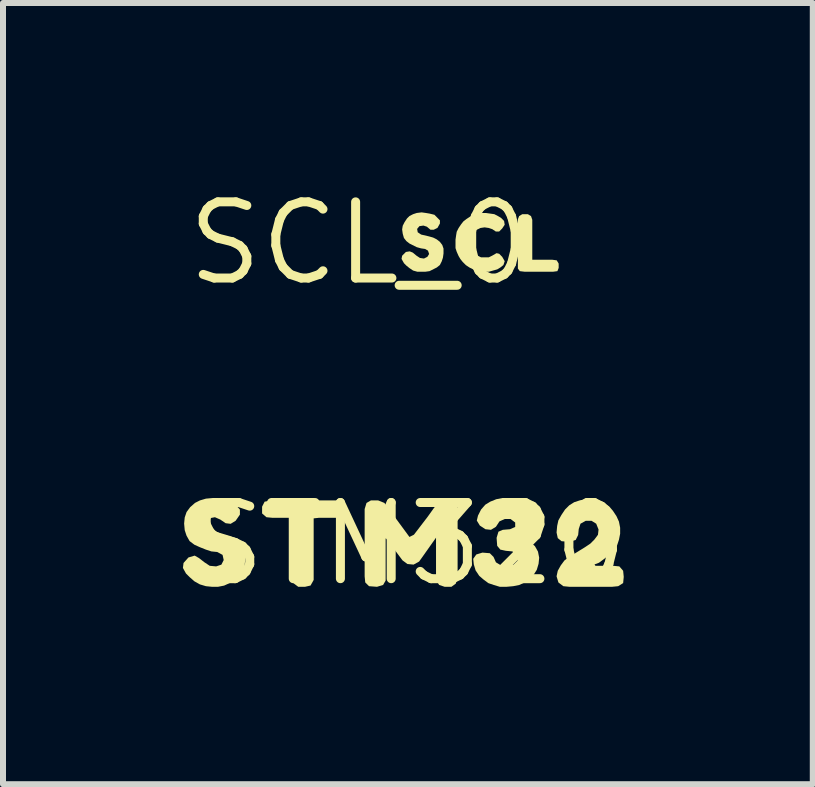
<source format=kicad_pcb>
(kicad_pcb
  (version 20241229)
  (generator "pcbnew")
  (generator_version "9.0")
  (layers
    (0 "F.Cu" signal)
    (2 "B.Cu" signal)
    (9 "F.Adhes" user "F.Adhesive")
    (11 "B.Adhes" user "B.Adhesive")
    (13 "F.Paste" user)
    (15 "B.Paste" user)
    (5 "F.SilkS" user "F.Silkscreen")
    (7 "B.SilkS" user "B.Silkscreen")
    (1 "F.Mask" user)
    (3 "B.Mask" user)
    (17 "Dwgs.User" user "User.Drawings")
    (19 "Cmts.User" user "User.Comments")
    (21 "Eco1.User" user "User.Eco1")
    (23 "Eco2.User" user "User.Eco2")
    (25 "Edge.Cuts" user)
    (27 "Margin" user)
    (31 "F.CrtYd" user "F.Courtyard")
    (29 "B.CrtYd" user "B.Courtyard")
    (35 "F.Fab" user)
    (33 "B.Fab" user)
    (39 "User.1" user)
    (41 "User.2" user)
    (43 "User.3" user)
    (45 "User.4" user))
  (footprint "SCL_0"
    (layer "F.Cu")
    (at 2.94 1.006)
    (property "Reference" "SCL_0" (at 0 0 0) (layer "F.SilkS") (effects (font (size 1.27 1.27) (thickness 0.15))))
    (fp_poly (pts (xy 2.864 -0.453) (xy 2.885 -0.391) (xy 2.885 0.275) (xy 3.22 0.275) (xy 3.293 0.285) (xy 3.325 0.339) (xy 3.325 0.411) (xy 3.304 0.465) (xy 3.23 0.475) (xy 2.76 0.475) (xy 2.677 0.465) (xy 2.645 0.422) (xy 2.645 -0.401) (xy 2.666 -0.453) (xy 2.719 -0.485) (xy 2.811 -0.485)) (stroke (width 0) (type default)) (fill yes) (layer "F.SilkS"))
    (fp_poly (pts (xy 2.181 -0.495) (xy 2.252 -0.485) (xy 2.312 -0.454) (xy 2.363 -0.424) (xy 2.415 -0.372) (xy 2.425 -0.309) (xy 2.384 -0.247) (xy 2.332 -0.195) (xy 2.278 -0.195) (xy 2.218 -0.235) (xy 2.159 -0.255) (xy 2.09 -0.265) (xy 2.022 -0.255) (xy 1.962 -0.226) (xy 1.903 -0.196) (xy 1.865 -0.138) (xy 1.845 -0.079) (xy 1.845 0.059) (xy 1.874 0.117) (xy 1.913 0.166) (xy 1.973 0.206) (xy 2.031 0.235) (xy 2.159 0.235) (xy 2.218 0.206) (xy 2.289 0.165) (xy 2.333 0.175) (xy 2.384 0.227) (xy 2.425 0.299) (xy 2.404 0.363) (xy 2.353 0.404) (xy 2.302 0.435) (xy 2.231 0.455) (xy 2.161 0.475) (xy 2.029 0.475) (xy 1.959 0.455) (xy 1.898 0.435) (xy 1.837 0.404) (xy 1.777 0.364) (xy 1.726 0.313) (xy 1.686 0.263) (xy 1.656 0.212) (xy 1.625 0.142) (xy 1.605 0.081) (xy 1.605 -0.06) (xy 1.615 -0.131) (xy 1.625 -0.192) (xy 1.656 -0.253) (xy 1.696 -0.313) (xy 1.736 -0.364) (xy 1.787 -0.404) (xy 1.848 -0.444) (xy 1.918 -0.475) (xy 1.979 -0.495) (xy 2.05 -0.505) (xy 2.11 -0.505)) (stroke (width 0) (type default)) (fill yes) (layer "F.SilkS"))
    (fp_poly (pts (xy 1.111 -0.505) (xy 1.171 -0.495) (xy 1.253 -0.475) (xy 1.294 -0.434) (xy 1.345 -0.382) (xy 1.345 -0.329) (xy 1.304 -0.256) (xy 1.241 -0.225) (xy 1.188 -0.225) (xy 1.128 -0.276) (xy 1.07 -0.295) (xy 1.003 -0.285) (xy 0.965 -0.239) (xy 0.975 -0.183) (xy 1.032 -0.145) (xy 1.161 -0.115) (xy 1.232 -0.095) (xy 1.293 -0.064) (xy 1.344 -0.024) (xy 1.384 0.028) (xy 1.405 0.089) (xy 1.405 0.17) (xy 1.395 0.241) (xy 1.375 0.302) (xy 1.344 0.363) (xy 1.293 0.404) (xy 1.172 0.465) (xy 1.1 0.475) (xy 0.969 0.475) (xy 0.898 0.455) (xy 0.837 0.414) (xy 0.787 0.374) (xy 0.746 0.333) (xy 0.705 0.261) (xy 0.715 0.208) (xy 0.778 0.145) (xy 0.841 0.135) (xy 0.893 0.156) (xy 0.953 0.206) (xy 1.012 0.245) (xy 1.079 0.255) (xy 1.136 0.226) (xy 1.165 0.179) (xy 1.146 0.123) (xy 1.098 0.095) (xy 1.029 0.085) (xy 0.958 0.065) (xy 0.837 0.004) (xy 0.786 -0.036) (xy 0.745 -0.088) (xy 0.725 -0.159) (xy 0.715 -0.23) (xy 0.725 -0.292) (xy 0.756 -0.353) (xy 0.796 -0.413) (xy 0.837 -0.454) (xy 0.898 -0.485) (xy 0.959 -0.505) (xy 1.04 -0.515)) (stroke (width 0) (type default)) (fill yes) (layer "F.SilkS")))
  (footprint "STM320"
    (layer "F.Cu")
    (at 3.775 6.019)
    (property "Reference" "STM320" (at 0 0 0) (layer "F.SilkS") (effects (font (size 1.27 1.27) (thickness 0.15))))
    (fp_poly (pts (xy -1.095 -0.673) (xy -1.085 -0.57) (xy -1.106 -0.466) (xy -1.189 -0.435) (xy -1.51 -0.435) (xy -1.595 -0.426) (xy -1.595 0.601) (xy -1.647 0.694) (xy -1.739 0.715) (xy -1.852 0.715) (xy -1.935 0.653) (xy -1.945 0.55) (xy -1.945 -0.369) (xy -1.973 -0.435) (xy -2.28 -0.435) (xy -2.382 -0.445) (xy -2.455 -0.508) (xy -2.455 -0.621) (xy -2.413 -0.704) (xy -2.31 -0.725) (xy -1.179 -0.725)) (stroke (width 0) (type default)) (fill yes) (layer "F.SilkS"))
    (fp_poly (pts (xy 0.712 -0.715) (xy 0.784 -0.663) (xy 0.805 -0.571) (xy 0.805 0.561) (xy 0.774 0.663) (xy 0.702 0.715) (xy 0.589 0.715) (xy 0.497 0.684) (xy 0.445 0.601) (xy 0.445 -0.104) (xy 0.214 0.223) (xy 0.163 0.294) (xy 0.071 0.345) (xy -0.032 0.335) (xy -0.114 0.274) (xy -0.383 -0.086) (xy -0.395 -0.092) (xy -0.395 0.611) (xy -0.437 0.684) (xy -0.539 0.715) (xy -0.672 0.705) (xy -0.735 0.642) (xy -0.745 0.54) (xy -0.745 -0.581) (xy -0.714 -0.683) (xy -0.641 -0.725) (xy -0.519 -0.725) (xy -0.417 -0.684) (xy -0.356 -0.603) (xy 0.002 -0.116) (xy 0.077 -0.154) (xy 0.306 -0.453) (xy 0.406 -0.593) (xy 0.487 -0.694) (xy 0.589 -0.725)) (stroke (width 0) (type default)) (fill yes) (layer "F.SilkS"))
    (fp_poly (pts (xy 3.162 -0.725) (xy 3.253 -0.684) (xy 3.333 -0.624) (xy 3.394 -0.553) (xy 3.454 -0.462) (xy 3.495 -0.372) (xy 3.515 -0.27) (xy 3.515 -0.17) (xy 3.495 -0.069) (xy 3.465 0.022) (xy 3.404 0.113) (xy 3.333 0.184) (xy 3.243 0.254) (xy 3.162 0.314) (xy 3.088 0.342) (xy 3.103 0.365) (xy 3.4 0.365) (xy 3.502 0.375) (xy 3.565 0.448) (xy 3.575 0.55) (xy 3.565 0.653) (xy 3.482 0.705) (xy 3.38 0.715) (xy 2.67 0.715) (xy 2.568 0.705) (xy 2.486 0.643) (xy 2.455 0.54) (xy 2.475 0.448) (xy 2.526 0.357) (xy 2.586 0.276) (xy 2.667 0.216) (xy 2.927 0.056) (xy 3.017 -0.004) (xy 3.086 -0.073) (xy 3.145 -0.152) (xy 3.155 -0.239) (xy 3.116 -0.337) (xy 3.039 -0.385) (xy 2.941 -0.385) (xy 2.854 -0.337) (xy 2.825 -0.249) (xy 2.815 -0.149) (xy 2.774 -0.066) (xy 2.671 -0.035) (xy 2.538 -0.045) (xy 2.475 -0.097) (xy 2.455 -0.19) (xy 2.465 -0.301) (xy 2.485 -0.392) (xy 2.536 -0.483) (xy 2.596 -0.573) (xy 2.667 -0.644) (xy 2.748 -0.695) (xy 2.839 -0.725) (xy 2.95 -0.745) (xy 3.06 -0.745)) (stroke (width 0) (type default)) (fill yes) (layer "F.SilkS"))
    (fp_poly (pts (xy -3.079 -0.745) (xy -2.968 -0.704) (xy -2.897 -0.654) (xy -2.825 -0.572) (xy -2.825 -0.488) (xy -2.896 -0.386) (xy -2.979 -0.335) (xy -3.062 -0.345) (xy -3.152 -0.406) (xy -3.241 -0.445) (xy -3.347 -0.425) (xy -3.404 -0.359) (xy -3.376 -0.264) (xy -3.298 -0.225) (xy -3.099 -0.165) (xy -2.998 -0.135) (xy -2.908 -0.104) (xy -2.826 -0.043) (xy -2.775 0.048) (xy -2.745 0.139) (xy -2.735 0.25) (xy -2.745 0.351) (xy -2.775 0.452) (xy -2.836 0.533) (xy -2.907 0.604) (xy -2.998 0.654) (xy -3.088 0.695) (xy -3.19 0.715) (xy -3.29 0.715) (xy -3.391 0.705) (xy -3.492 0.675) (xy -3.583 0.624) (xy -3.663 0.554) (xy -3.724 0.493) (xy -3.775 0.401) (xy -3.765 0.318) (xy -3.683 0.226) (xy -3.579 0.195) (xy -3.507 0.236) (xy -3.417 0.306) (xy -3.328 0.365) (xy -3.221 0.375) (xy -3.134 0.346) (xy -3.095 0.269) (xy -3.114 0.183) (xy -3.202 0.135) (xy -3.301 0.125) (xy -3.392 0.095) (xy -3.492 0.055) (xy -3.583 0.014) (xy -3.664 -0.047) (xy -3.715 -0.138) (xy -3.745 -0.229) (xy -3.755 -0.34) (xy -3.745 -0.441) (xy -3.714 -0.532) (xy -3.654 -0.613) (xy -3.573 -0.684) (xy -3.492 -0.725) (xy -3.391 -0.755) (xy -3.28 -0.765) (xy -3.18 -0.765)) (stroke (width 0) (type default)) (fill yes) (layer "F.SilkS"))
    (fp_poly (pts (xy 2.004 -0.623) (xy 2.064 -0.543) (xy 2.115 -0.452) (xy 2.135 -0.35) (xy 2.125 -0.249) (xy 2.084 -0.157) (xy 2.015 -0.088) (xy 2.015 -0.032) (xy 2.094 0.037) (xy 2.145 0.128) (xy 2.165 0.23) (xy 2.155 0.331) (xy 2.125 0.432) (xy 2.074 0.513) (xy 2.003 0.584) (xy 1.923 0.644) (xy 1.832 0.685) (xy 1.731 0.705) (xy 1.62 0.715) (xy 1.509 0.715) (xy 1.408 0.685) (xy 1.318 0.654) (xy 1.237 0.594) (xy 1.166 0.533) (xy 1.105 0.442) (xy 1.075 0.341) (xy 1.065 0.249) (xy 1.117 0.176) (xy 1.219 0.145) (xy 1.342 0.155) (xy 1.404 0.217) (xy 1.444 0.307) (xy 1.541 0.365) (xy 1.64 0.365) (xy 1.738 0.345) (xy 1.805 0.278) (xy 1.795 0.192) (xy 1.718 0.125) (xy 1.609 0.115) (xy 1.517 0.095) (xy 1.465 0.032) (xy 1.455 -0.101) (xy 1.486 -0.204) (xy 1.559 -0.235) (xy 1.679 -0.245) (xy 1.765 -0.283) (xy 1.765 -0.357) (xy 1.688 -0.415) (xy 1.591 -0.415) (xy 1.503 -0.376) (xy 1.444 -0.286) (xy 1.361 -0.235) (xy 1.268 -0.245) (xy 1.176 -0.306) (xy 1.125 -0.389) (xy 1.145 -0.472) (xy 1.196 -0.573) (xy 1.267 -0.654) (xy 1.348 -0.704) (xy 1.449 -0.745) (xy 1.55 -0.765) (xy 1.852 -0.765)) (stroke (width 0) (type default)) (fill yes) (layer "F.SilkS")))
  (gr_rect
    (start -3 -3)
    (end 10.502 10.025)
    (stroke (width 0.1) (type default))
    (fill no)
    (layer "Edge.Cuts")))
</source>
